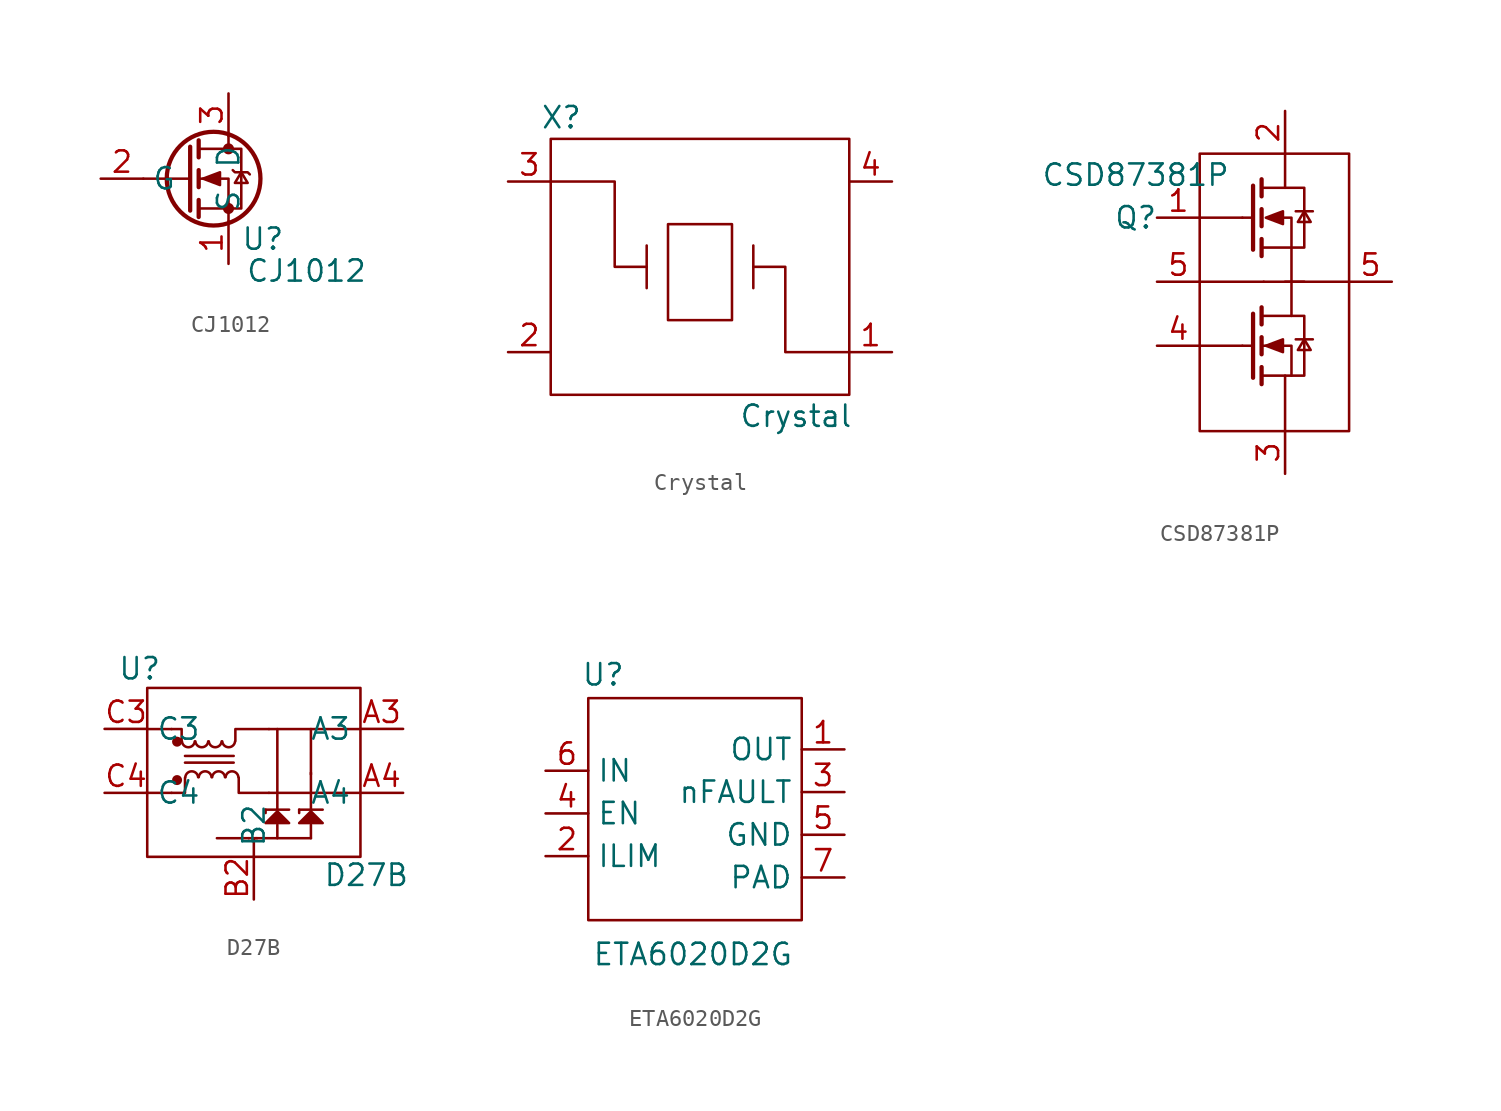
<source format=kicad_sym>
(kicad_symbol_lib
  (version 20201005)
  (generator kicad_symbol_editor)
  (symbol "BeagleV:CJ1012"
    (property "Reference" "U"
      (at 2.05 -3.6 0)
      (effects (font (size 1.27 1.27))))
    (property "Value" "CJ1012"
      (at 4.65 -5.5 0)
      (effects (font (size 1.27 1.27))))
    (symbol "CJ1012_0_1"
      (circle (center -0.889 0) (radius 2.794) (stroke (width 0.254)) (fill (type none)))
      (circle (center 0 -1.778) (radius 0.254) (stroke (width 0)) (fill (type outline)))
      (circle (center 0 1.778) (radius 0.254) (stroke (width 0)) (fill (type outline)))
      (polyline (pts (xy -2.286 0) (xy -5.08 0)) (stroke (width 0)) (fill (type none)))
      (polyline (pts (xy -2.286 1.905) (xy -2.286 -1.905)) (stroke (width 0.254)) (fill (type none)))
      (polyline (pts (xy -1.778 -1.27) (xy -1.778 -2.286)) (stroke (width 0.254)) (fill (type none)))
      (polyline (pts (xy -1.778 0.508) (xy -1.778 -0.508)) (stroke (width 0.254)) (fill (type none)))
      (polyline (pts (xy -1.778 2.286) (xy -1.778 1.27)) (stroke (width 0.254)) (fill (type none)))
      (polyline (pts (xy 0 2.54) (xy 0 1.778)) (stroke (width 0)) (fill (type none)))
      (polyline (pts (xy 0 -2.54) (xy 0 0) (xy -1.778 0)) (stroke (width 0)) (fill (type none)))
      (polyline (pts (xy -1.778 -1.778) (xy 0.762 -1.778) (xy 0.762 1.778) (xy -1.778 1.778)) (stroke (width 0)) (fill (type none)))
      (polyline (pts (xy 0.254 0.508) (xy 0.381 0.381) (xy 1.143 0.381) (xy 1.27 0.254)) (stroke (width 0)) (fill (type none)))
      (polyline (pts (xy 0.762 0.381) (xy 0.381 -0.254) (xy 1.143 -0.254) (xy 0.762 0.381)) (stroke (width 0)) (fill (type none)))
      (polyline (pts (xy -1.524 0) (xy -0.508 0.381) (xy -0.508 -0.381) (xy -1.524 0)) (stroke (width 0)) (fill (type outline))))
    (symbol "CJ1012_1_1"
      (pin passive line (at 0 -5.08 90) (length 2.54) (name "S" (effects (font (size 1.27 1.27)))) (number "1" (effects (font (size 1.27 1.27)))))
      (pin input line (at -7.62 0 0) (length 2.54) (name "G" (effects (font (size 1.27 1.27)))) (number "2" (effects (font (size 1.27 1.27)))))
      (pin passive line (at 0 5.08 270) (length 2.54) (name "D" (effects (font (size 1.27 1.27)))) (number "3" (effects (font (size 1.27 1.27)))))))
  (symbol "BeagleV:Crystal"
    (property "Reference" "X"
      (at -8.255 8.89 0)
      (effects (font (size 1.27 1.27))))
    (property "Value" "Crystal"
      (at 5.715 -8.89 0)
      (effects (font (size 1.27 1.27))))
    (symbol "Crystal_0_1"
      (rectangle (start -8.89 7.62) (end 8.89 -7.62) (stroke (width 0.152)) (fill (type none)))
      (polyline (pts (xy -3.175 1.27) (xy -3.175 -1.27)) (stroke (width 0.152)) (fill (type none)))
      (polyline (pts (xy 3.175 1.27) (xy 3.175 -1.27)) (stroke (width 0.152)) (fill (type none)))
      (polyline (pts (xy -8.89 5.08) (xy -5.08 5.08) (xy -5.08 0) (xy -3.175 0)) (stroke (width 0.152)) (fill (type none)))
      (polyline (pts (xy 3.175 0) (xy 5.08 0) (xy 5.08 -5.08) (xy 8.89 -5.08)) (stroke (width 0.152)) (fill (type none)))
      (polyline (pts (xy -1.905 2.54) (xy -1.905 -3.175) (xy 1.27 -3.175) (xy 1.905 -3.175) (xy 1.905 2.54) (xy -1.905 2.54)) (stroke (width 0.152)) (fill (type none))))
    (symbol "Crystal_1_1"
      (pin passive line (at 11.43 -5.08 180) (length 2.54) (name "" (effects (font (size 1.27 1.27)))) (number "1" (effects (font (size 1.27 1.27)))))
      (pin passive line (at -11.43 -5.08 0) (length 2.54) (name "" (effects (font (size 1.27 1.27)))) (number "2" (effects (font (size 1.27 1.27)))))
      (pin passive line (at -11.43 5.08 0) (length 2.54) (name "" (effects (font (size 1.27 1.27)))) (number "3" (effects (font (size 1.27 1.27)))))
      (pin passive line (at 11.43 5.08 180) (length 2.54) (name "" (effects (font (size 1.27 1.27)))) (number "4" (effects (font (size 1.27 1.27)))))))
  (symbol "BeagleV:CSD87381P"
    (property "Reference" "Q"
      (at -8.89 5.08 0)
      (effects (font (size 1.27 1.27))))
    (property "Value" "CSD87381P"
      (at -8.89 7.62 0)
      (effects (font (size 1.27 1.27))))
    (symbol "CSD87381P_0_1"
      (rectangle (start -5.08 8.89) (end 3.81 -7.62) (stroke (width 0.152)) (fill (type none)))
      (rectangle (start -1.27 1.27) (end -5.08 1.27) (stroke (width 0.152)) (fill (type none)))
      (polyline (pts (xy -2.54 -2.54) (xy -5.08 -2.54)) (stroke (width 0.152)) (fill (type none)))
      (polyline (pts (xy -2.54 -2.54) (xy -1.905 -2.54)) (stroke (width 0.152)) (fill (type none)))
      (polyline (pts (xy -2.54 5.08) (xy -5.08 5.08)) (stroke (width 0.152)) (fill (type none)))
      (polyline (pts (xy -1.905 -0.635) (xy -1.905 -4.445)) (stroke (width 0.254)) (fill (type none)))
      (polyline (pts (xy -1.905 6.985) (xy -1.905 3.175)) (stroke (width 0.254)) (fill (type none)))
      (polyline (pts (xy -1.397 -3.81) (xy -1.397 -4.826)) (stroke (width 0.254)) (fill (type none)))
      (polyline (pts (xy -1.397 -2.032) (xy -1.397 -3.048)) (stroke (width 0.254)) (fill (type none)))
      (polyline (pts (xy -1.397 -0.254) (xy -1.397 -1.27)) (stroke (width 0.254)) (fill (type none)))
      (polyline (pts (xy -1.397 3.81) (xy -1.397 2.794)) (stroke (width 0.254)) (fill (type none)))
      (polyline (pts (xy -1.397 5.588) (xy -1.397 4.572)) (stroke (width 0.254)) (fill (type none)))
      (polyline (pts (xy -1.397 7.366) (xy -1.397 6.35)) (stroke (width 0.254)) (fill (type none)))
      (polyline (pts (xy 0 -4.318) (xy 0 -7.62)) (stroke (width 0.152)) (fill (type none)))
      (polyline (pts (xy 0 1.27) (xy 3.81 1.27)) (stroke (width 0.152)) (fill (type none)))
      (polyline (pts (xy 0 6.858) (xy 0 8.89)) (stroke (width 0.152)) (fill (type none)))
      (polyline (pts (xy 0.381 1.27) (xy -1.27 1.27)) (stroke (width 0.152)) (fill (type none)))
      (polyline (pts (xy 0.381 1.27) (xy 1.143 1.27)) (stroke (width 0.152)) (fill (type none)))
      (polyline (pts (xy 0.635 -2.159) (xy 1.651 -2.159)) (stroke (width 0.152)) (fill (type none)))
      (polyline (pts (xy 0.635 5.461) (xy 1.651 5.461)) (stroke (width 0.152)) (fill (type none)))
      (polyline (pts (xy 0.381 -4.318) (xy 0.381 -2.54) (xy -1.397 -2.54)) (stroke (width 0)) (fill (type none)))
      (polyline (pts (xy -2.54 5.08) (xy -1.905 5.08) (xy -1.905 5.207) (xy -1.905 5.08)) (stroke (width 0.152)) (fill (type none)))
      (polyline (pts (xy -1.397 -4.318) (xy 1.143 -4.318) (xy 1.143 -0.762) (xy -1.397 -0.762)) (stroke (width 0)) (fill (type none)))
      (polyline (pts (xy -1.397 3.302) (xy 1.143 3.302) (xy 1.143 6.858) (xy -1.397 6.858)) (stroke (width 0)) (fill (type none)))
      (polyline (pts (xy -0.127 5.08) (xy 0.381 5.08) (xy 0.381 -0.762) (xy 0.381 -0.762)) (stroke (width 0.152)) (fill (type none)))
      (polyline (pts (xy 1.143 -2.159) (xy 0.762 -2.794) (xy 1.524 -2.794) (xy 1.143 -2.159)) (stroke (width 0)) (fill (type none)))
      (polyline (pts (xy 1.143 5.461) (xy 0.762 4.826) (xy 1.524 4.826) (xy 1.143 5.461)) (stroke (width 0)) (fill (type none)))
      (polyline (pts (xy -1.143 -2.54) (xy -0.127 -2.159) (xy -0.127 -2.921) (xy -1.143 -2.54)) (stroke (width 0)) (fill (type outline)))
      (polyline (pts (xy -1.143 5.08) (xy -0.127 5.461) (xy -0.127 4.699) (xy -1.143 5.08)) (stroke (width 0)) (fill (type outline))))
    (symbol "CSD87381P_1_1"
      (pin passive line (at -7.62 5.08 0) (length 2.54) (name "" (effects (font (size 1.27 1.27)))) (number "1" (effects (font (size 1.27 1.27)))))
      (pin passive line (at 0 11.43 270) (length 2.54) (name "" (effects (font (size 1.27 1.27)))) (number "2" (effects (font (size 1.27 1.27)))))
      (pin passive line (at 0 -10.16 90) (length 2.54) (name "" (effects (font (size 1.27 1.27)))) (number "3" (effects (font (size 1.27 1.27)))))
      (pin passive line (at -7.62 -2.54 0) (length 2.54) (name "" (effects (font (size 1.27 1.27)))) (number "4" (effects (font (size 1.27 1.27)))))
      (pin passive line (at -7.62 1.27 0) (length 2.54) (name "" (effects (font (size 1.27 1.27)))) (number "5" (effects (font (size 1.27 1.27)))))
      (pin passive line (at 6.35 1.27 180) (length 2.54) (name "" (effects (font (size 1.27 1.27)))) (number "5" (effects (font (size 1.27 1.27)))))))
  (symbol "BeagleV:D27B"
    (property "Reference" "U"
      (at -6.8 7.4 0)
      (effects (font (size 1.27 1.27))))
    (property "Value" "D27B"
      (at 6.7 -4.9 0)
      (effects (font (size 1.27 1.27))))
    (symbol "D27B_0_1"
      (arc (start -3.519 3.065) (end -4.281 3.065) (radius (at -3.9 3.1) (length 0.3826) (angles -5.2 -174.8)) (stroke (width 0.1524)) (fill (type none)))
      (arc (start -4.081 0.935) (end -3.319 0.935) (radius (at -3.7 0.9) (length 0.3826) (angles 174.8 5.2)) (stroke (width 0.1524)) (fill (type none)))
      (arc (start -2.719 3.065) (end -3.481 3.065) (radius (at -3.1 3.1) (length 0.3826) (angles -5.2 -174.8)) (stroke (width 0.1524)) (fill (type none)))
      (arc (start -3.281 0.935) (end -2.519 0.935) (radius (at -2.9 0.9) (length 0.3826) (angles 174.8 5.2)) (stroke (width 0.1524)) (fill (type none)))
      (arc (start -1.919 3.065) (end -2.681 3.065) (radius (at -2.3 3.1) (length 0.3826) (angles -5.2 -174.8)) (stroke (width 0.1524)) (fill (type none)))
      (arc (start -2.481 0.935) (end -1.719 0.935) (radius (at -2.1 0.9) (length 0.3826) (angles 174.8 5.2)) (stroke (width 0.1524)) (fill (type none)))
      (arc (start -1.119 3.065) (end -1.881 3.065) (radius (at -1.5 3.1) (length 0.3826) (angles -5.2 -174.8)) (stroke (width 0.1524)) (fill (type none)))
      (arc (start -1.681 0.935) (end -0.919 0.935) (radius (at -1.3 0.9) (length 0.3826) (angles 174.8 5.2)) (stroke (width 0.1524)) (fill (type none)))
      (circle (center -4.572 0.762) (radius 0) (stroke (width 0.3)) (fill (type none)))
      (circle (center -4.572 3.048) (radius 0) (stroke (width 0.3)) (fill (type none)))
      (rectangle (start -6.35 6.25) (end 6.35 -3.81) (stroke (width 0.152)) (fill (type none)))
      (polyline (pts (xy -4.9 0) (xy -6.4 0)) (stroke (width 0.152)) (fill (type none)))
      (polyline (pts (xy -4.9 3.8) (xy -6.3 3.8)) (stroke (width 0.152)) (fill (type none)))
      (polyline (pts (xy -4.1 1.8) (xy -1.2 1.8)) (stroke (width 0.152)) (fill (type none)))
      (polyline (pts (xy -4.1 2.2) (xy -1.2 2.2)) (stroke (width 0.152)) (fill (type none)))
      (polyline (pts (xy -0.3 -2.7) (xy -2.2 -2.7)) (stroke (width 0.152)) (fill (type none)))
      (polyline (pts (xy 0 -3.8) (xy 0 -2.7)) (stroke (width 0.152)) (fill (type none)))
      (polyline (pts (xy 0.2 -2.7) (xy -0.3 -2.7)) (stroke (width 0.152)) (fill (type none)))
      (polyline (pts (xy 0.7 -1) (xy 0.7 -1.2)) (stroke (width 0.152)) (fill (type none)))
      (polyline (pts (xy 0.7 -1) (xy 2.1 -1)) (stroke (width 0.152)) (fill (type none)))
      (polyline (pts (xy 0.9 0) (xy 6.3 0)) (stroke (width 0.152)) (fill (type none)))
      (polyline (pts (xy 0.9 3.8) (xy 6.3 3.8)) (stroke (width 0.152)) (fill (type none)))
      (polyline (pts (xy 1.4 -1.9) (xy 1.4 -2.7)) (stroke (width 0.152)) (fill (type none)))
      (polyline (pts (xy 1.4 -1) (xy 1.4 -0.1)) (stroke (width 0.152)) (fill (type none)))
      (polyline (pts (xy 1.4 0) (xy 1.4 3.8)) (stroke (width 0.152)) (fill (type none)))
      (polyline (pts (xy 2.7 -1) (xy 2.7 -1.2)) (stroke (width 0.152)) (fill (type none)))
      (polyline (pts (xy 2.7 -1) (xy 4.1 -1)) (stroke (width 0.152)) (fill (type none)))
      (polyline (pts (xy 3.4 -2.7) (xy 0.1 -2.7)) (stroke (width 0.152)) (fill (type none)))
      (polyline (pts (xy 3.4 -1.9) (xy 3.4 -2.7)) (stroke (width 0.152)) (fill (type none)))
      (polyline (pts (xy 3.4 -1) (xy 3.4 1.2)) (stroke (width 0.152)) (fill (type none)))
      (polyline (pts (xy 3.4 1.1) (xy 3.4 3.8)) (stroke (width 0.152)) (fill (type none)))
      (polyline (pts (xy -4.1 0.9) (xy -4.1 0) (xy -4.9 0)) (stroke (width 0.152)) (fill (type none)))
      (polyline (pts (xy -0.9 0.9) (xy -0.9 0) (xy 0.9 0)) (stroke (width 0.152)) (fill (type none)))
      (polyline (pts (xy 0.9 3.8) (xy -1.1 3.8) (xy -1.1 3.1)) (stroke (width 0.152)) (fill (type none)))
      (polyline (pts (xy -4.9 3.8) (xy -4.4 3.8) (xy -4.3 3.8) (xy -4.3 3.1)) (stroke (width 0.152)) (fill (type none)))
      (polyline (pts (xy 1.4 -1.1) (xy 0.7 -1.8) (xy 2.1 -1.8) (xy 1.4 -1.1)) (stroke (width 0.152)) (fill (type outline)))
      (polyline (pts (xy 3.4 -1.1) (xy 2.7 -1.8) (xy 4.1 -1.8) (xy 3.4 -1.1)) (stroke (width 0.152)) (fill (type outline))))
    (symbol "D27B_1_1"
      (pin output line (at 8.89 3.81 180) (length 2.56) (name "A3" (effects (font (size 1.27 1.27)))) (number "A3" (effects (font (size 1.27 1.27)))))
      (pin output line (at 8.89 0 180) (length 2.56) (name "A4" (effects (font (size 1.27 1.27)))) (number "A4" (effects (font (size 1.27 1.27)))))
      (pin power_out line (at 0 -6.35 90) (length 2.56) (name "B2" (effects (font (size 1.27 1.27)))) (number "B2" (effects (font (size 1.27 1.27)))))
      (pin input line (at -8.89 3.81 0) (length 2.56) (name "C3" (effects (font (size 1.27 1.27)))) (number "C3" (effects (font (size 1.27 1.27)))))
      (pin input line (at -8.89 0 0) (length 2.56) (name "C4" (effects (font (size 1.27 1.27)))) (number "C4" (effects (font (size 1.27 1.27)))))))
  (symbol "BeagleV:ETA6020D2G"
    (property "Reference" "U"
      (at -2.921 8.255 0)
      (effects (font (size 1.27 1.27))))
    (property "Value" "ETA6020D2G"
      (at 2.413 -8.382 0)
      (effects (font (size 1.27 1.27))))
    (symbol "ETA6020D2G_0_1"
      (rectangle (start -3.81 6.858) (end 8.89 -6.35) (stroke (width 0.152)) (fill (type none))))
    (symbol "ETA6020D2G_1_1"
      (pin output line (at 11.43 3.81 180) (length 2.54) (name "OUT" (effects (font (size 1.27 1.27)))) (number "1" (effects (font (size 1.27 1.27)))))
      (pin input line (at -6.35 -2.54 0) (length 2.54) (name "ILIM" (effects (font (size 1.27 1.27)))) (number "2" (effects (font (size 1.27 1.27)))))
      (pin output line (at 11.43 1.27 180) (length 2.54) (name "nFAULT" (effects (font (size 1.27 1.27)))) (number "3" (effects (font (size 1.27 1.27)))))
      (pin input line (at -6.35 0 0) (length 2.54) (name "EN" (effects (font (size 1.27 1.27)))) (number "4" (effects (font (size 1.27 1.27)))))
      (pin power_in line (at 11.43 -1.27 180) (length 2.54) (name "GND" (effects (font (size 1.27 1.27)))) (number "5" (effects (font (size 1.27 1.27)))))
      (pin power_in line (at -6.35 2.54 0) (length 2.54) (name "IN" (effects (font (size 1.27 1.27)))) (number "6" (effects (font (size 1.27 1.27)))))
      (pin passive line (at 11.43 -3.81 180) (length 2.54) (name "PAD" (effects (font (size 1.27 1.27)))) (number "7" (effects (font (size 1.27 1.27))))))))
</source>
